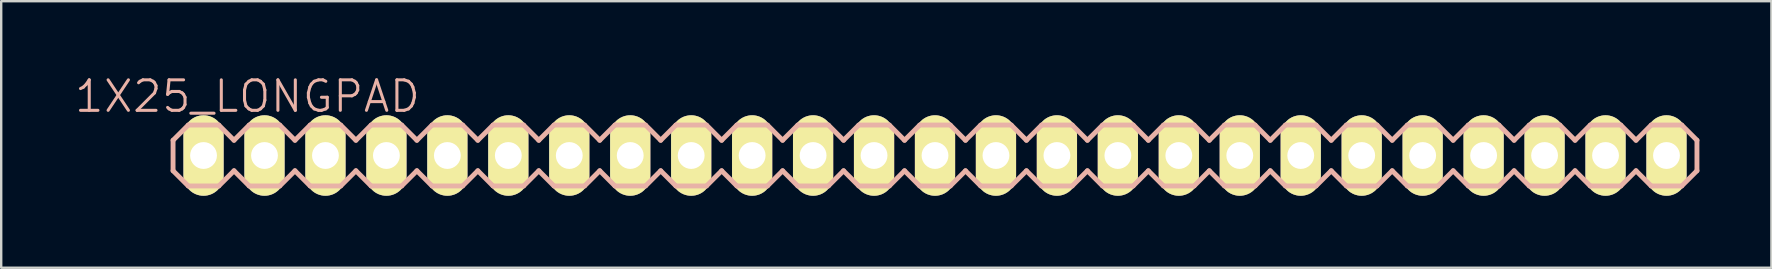
<source format=kicad_pcb>
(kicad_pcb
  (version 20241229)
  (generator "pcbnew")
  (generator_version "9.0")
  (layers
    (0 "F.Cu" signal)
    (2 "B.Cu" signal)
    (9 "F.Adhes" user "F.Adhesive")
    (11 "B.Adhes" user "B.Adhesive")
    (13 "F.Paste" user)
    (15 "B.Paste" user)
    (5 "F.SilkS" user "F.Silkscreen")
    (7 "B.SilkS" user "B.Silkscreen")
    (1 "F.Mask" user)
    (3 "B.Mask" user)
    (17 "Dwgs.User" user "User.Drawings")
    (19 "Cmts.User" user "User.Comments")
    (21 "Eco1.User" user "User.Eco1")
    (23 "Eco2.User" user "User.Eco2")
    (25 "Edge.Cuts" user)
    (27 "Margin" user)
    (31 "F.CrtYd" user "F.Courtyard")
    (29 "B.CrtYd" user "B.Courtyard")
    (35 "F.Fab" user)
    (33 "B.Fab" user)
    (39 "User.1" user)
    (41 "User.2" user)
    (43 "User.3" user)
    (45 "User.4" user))
  (footprint "1X25_LONGPAD"
    (layer "F.Cu")
    (at 5.431 3.43)
    (property "Reference" "1X25_LONGPAD" (at 1.829 -2.464 0) (layer "B.SilkS") (effects (font (size 1.27 1.27) (thickness 0.127))))
    (attr exclude_from_pos_files exclude_from_bom)
    (fp_line (start -0.254 -0.254) (end 0.254 -0.254) (stroke (width 0.066) (type solid)) (layer "F.SilkS"))
    (fp_line (start -0.254 0.254) (end -0.254 -0.254) (stroke (width 0.066) (type solid)) (layer "F.SilkS"))
    (fp_line (start -0.254 0.254) (end 0.254 0.254) (stroke (width 0.066) (type solid)) (layer "F.SilkS"))
    (fp_line (start 0.254 0.254) (end 0.254 -0.254) (stroke (width 0.066) (type solid)) (layer "F.SilkS"))
    (fp_line (start 2.286 -0.254) (end 2.794 -0.254) (stroke (width 0.066) (type solid)) (layer "F.SilkS"))
    (fp_line (start 2.286 0.254) (end 2.286 -0.254) (stroke (width 0.066) (type solid)) (layer "F.SilkS"))
    (fp_line (start 2.286 0.254) (end 2.794 0.254) (stroke (width 0.066) (type solid)) (layer "F.SilkS"))
    (fp_line (start 2.794 0.254) (end 2.794 -0.254) (stroke (width 0.066) (type solid)) (layer "F.SilkS"))
    (fp_line (start 4.826 -0.254) (end 5.334 -0.254) (stroke (width 0.066) (type solid)) (layer "F.SilkS"))
    (fp_line (start 4.826 0.254) (end 4.826 -0.254) (stroke (width 0.066) (type solid)) (layer "F.SilkS"))
    (fp_line (start 4.826 0.254) (end 5.334 0.254) (stroke (width 0.066) (type solid)) (layer "F.SilkS"))
    (fp_line (start 5.334 0.254) (end 5.334 -0.254) (stroke (width 0.066) (type solid)) (layer "F.SilkS"))
    (fp_line (start 7.366 -0.254) (end 7.874 -0.254) (stroke (width 0.066) (type solid)) (layer "F.SilkS"))
    (fp_line (start 7.366 0.254) (end 7.366 -0.254) (stroke (width 0.066) (type solid)) (layer "F.SilkS"))
    (fp_line (start 7.366 0.254) (end 7.874 0.254) (stroke (width 0.066) (type solid)) (layer "F.SilkS"))
    (fp_line (start 7.874 0.254) (end 7.874 -0.254) (stroke (width 0.066) (type solid)) (layer "F.SilkS"))
    (fp_line (start 9.906 -0.254) (end 10.414 -0.254) (stroke (width 0.066) (type solid)) (layer "F.SilkS"))
    (fp_line (start 9.906 0.254) (end 9.906 -0.254) (stroke (width 0.066) (type solid)) (layer "F.SilkS"))
    (fp_line (start 9.906 0.254) (end 10.414 0.254) (stroke (width 0.066) (type solid)) (layer "F.SilkS"))
    (fp_line (start 10.414 0.254) (end 10.414 -0.254) (stroke (width 0.066) (type solid)) (layer "F.SilkS"))
    (fp_line (start 12.446 -0.254) (end 12.954 -0.254) (stroke (width 0.066) (type solid)) (layer "F.SilkS"))
    (fp_line (start 12.446 0.254) (end 12.446 -0.254) (stroke (width 0.066) (type solid)) (layer "F.SilkS"))
    (fp_line (start 12.446 0.254) (end 12.954 0.254) (stroke (width 0.066) (type solid)) (layer "F.SilkS"))
    (fp_line (start 12.954 0.254) (end 12.954 -0.254) (stroke (width 0.066) (type solid)) (layer "F.SilkS"))
    (fp_line (start 14.986 -0.254) (end 15.494 -0.254) (stroke (width 0.066) (type solid)) (layer "F.SilkS"))
    (fp_line (start 14.986 0.254) (end 14.986 -0.254) (stroke (width 0.066) (type solid)) (layer "F.SilkS"))
    (fp_line (start 14.986 0.254) (end 15.494 0.254) (stroke (width 0.066) (type solid)) (layer "F.SilkS"))
    (fp_line (start 15.494 0.254) (end 15.494 -0.254) (stroke (width 0.066) (type solid)) (layer "F.SilkS"))
    (fp_line (start 17.523 -0.254) (end 18.034 -0.254) (stroke (width 0.066) (type solid)) (layer "F.SilkS"))
    (fp_line (start 17.523 0.254) (end 17.523 -0.254) (stroke (width 0.066) (type solid)) (layer "F.SilkS"))
    (fp_line (start 17.523 0.254) (end 18.034 0.254) (stroke (width 0.066) (type solid)) (layer "F.SilkS"))
    (fp_line (start 18.034 0.254) (end 18.034 -0.254) (stroke (width 0.066) (type solid)) (layer "F.SilkS"))
    (fp_line (start 20.066 -0.254) (end 20.574 -0.254) (stroke (width 0.066) (type solid)) (layer "F.SilkS"))
    (fp_line (start 20.066 0.254) (end 20.066 -0.254) (stroke (width 0.066) (type solid)) (layer "F.SilkS"))
    (fp_line (start 20.066 0.254) (end 20.574 0.254) (stroke (width 0.066) (type solid)) (layer "F.SilkS"))
    (fp_line (start 20.574 0.254) (end 20.574 -0.254) (stroke (width 0.066) (type solid)) (layer "F.SilkS"))
    (fp_line (start 22.606 -0.254) (end 23.114 -0.254) (stroke (width 0.066) (type solid)) (layer "F.SilkS"))
    (fp_line (start 22.606 0.254) (end 22.606 -0.254) (stroke (width 0.066) (type solid)) (layer "F.SilkS"))
    (fp_line (start 22.606 0.254) (end 23.114 0.254) (stroke (width 0.066) (type solid)) (layer "F.SilkS"))
    (fp_line (start 23.114 0.254) (end 23.114 -0.254) (stroke (width 0.066) (type solid)) (layer "F.SilkS"))
    (fp_line (start 25.146 -0.254) (end 25.654 -0.254) (stroke (width 0.066) (type solid)) (layer "F.SilkS"))
    (fp_line (start 25.146 0.254) (end 25.146 -0.254) (stroke (width 0.066) (type solid)) (layer "F.SilkS"))
    (fp_line (start 25.146 0.254) (end 25.654 0.254) (stroke (width 0.066) (type solid)) (layer "F.SilkS"))
    (fp_line (start 25.654 0.254) (end 25.654 -0.254) (stroke (width 0.066) (type solid)) (layer "F.SilkS"))
    (fp_line (start 27.686 -0.254) (end 28.194 -0.254) (stroke (width 0.066) (type solid)) (layer "F.SilkS"))
    (fp_line (start 27.686 0.254) (end 27.686 -0.254) (stroke (width 0.066) (type solid)) (layer "F.SilkS"))
    (fp_line (start 27.686 0.254) (end 28.194 0.254) (stroke (width 0.066) (type solid)) (layer "F.SilkS"))
    (fp_line (start 28.194 0.254) (end 28.194 -0.254) (stroke (width 0.066) (type solid)) (layer "F.SilkS"))
    (fp_line (start 30.226 -0.254) (end 30.734 -0.254) (stroke (width 0.066) (type solid)) (layer "F.SilkS"))
    (fp_line (start 30.226 0.254) (end 30.226 -0.254) (stroke (width 0.066) (type solid)) (layer "F.SilkS"))
    (fp_line (start 30.226 0.254) (end 30.734 0.254) (stroke (width 0.066) (type solid)) (layer "F.SilkS"))
    (fp_line (start 30.734 0.254) (end 30.734 -0.254) (stroke (width 0.066) (type solid)) (layer "F.SilkS"))
    (fp_line (start 32.766 -0.254) (end 33.274 -0.254) (stroke (width 0.066) (type solid)) (layer "F.SilkS"))
    (fp_line (start 32.766 0.254) (end 32.766 -0.254) (stroke (width 0.066) (type solid)) (layer "F.SilkS"))
    (fp_line (start 32.766 0.254) (end 33.274 0.254) (stroke (width 0.066) (type solid)) (layer "F.SilkS"))
    (fp_line (start 33.274 0.254) (end 33.274 -0.254) (stroke (width 0.066) (type solid)) (layer "F.SilkS"))
    (fp_line (start 35.303 -0.254) (end 35.814 -0.254) (stroke (width 0.066) (type solid)) (layer "F.SilkS"))
    (fp_line (start 35.303 0.254) (end 35.303 -0.254) (stroke (width 0.066) (type solid)) (layer "F.SilkS"))
    (fp_line (start 35.303 0.254) (end 35.814 0.254) (stroke (width 0.066) (type solid)) (layer "F.SilkS"))
    (fp_line (start 35.814 0.254) (end 35.814 -0.254) (stroke (width 0.066) (type solid)) (layer "F.SilkS"))
    (fp_line (start 37.846 -0.254) (end 38.354 -0.254) (stroke (width 0.066) (type solid)) (layer "F.SilkS"))
    (fp_line (start 37.846 0.254) (end 37.846 -0.254) (stroke (width 0.066) (type solid)) (layer "F.SilkS"))
    (fp_line (start 37.846 0.254) (end 38.354 0.254) (stroke (width 0.066) (type solid)) (layer "F.SilkS"))
    (fp_line (start 38.354 0.254) (end 38.354 -0.254) (stroke (width 0.066) (type solid)) (layer "F.SilkS"))
    (fp_line (start 40.386 -0.254) (end 40.894 -0.254) (stroke (width 0.066) (type solid)) (layer "F.SilkS"))
    (fp_line (start 40.386 0.254) (end 40.386 -0.254) (stroke (width 0.066) (type solid)) (layer "F.SilkS"))
    (fp_line (start 40.386 0.254) (end 40.894 0.254) (stroke (width 0.066) (type solid)) (layer "F.SilkS"))
    (fp_line (start 40.894 0.254) (end 40.894 -0.254) (stroke (width 0.066) (type solid)) (layer "F.SilkS"))
    (fp_line (start 42.926 -0.254) (end 43.434 -0.254) (stroke (width 0.066) (type solid)) (layer "F.SilkS"))
    (fp_line (start 42.926 0.254) (end 42.926 -0.254) (stroke (width 0.066) (type solid)) (layer "F.SilkS"))
    (fp_line (start 42.926 0.254) (end 43.434 0.254) (stroke (width 0.066) (type solid)) (layer "F.SilkS"))
    (fp_line (start 43.434 0.254) (end 43.434 -0.254) (stroke (width 0.066) (type solid)) (layer "F.SilkS"))
    (fp_line (start 45.466 -0.254) (end 45.974 -0.254) (stroke (width 0.066) (type solid)) (layer "F.SilkS"))
    (fp_line (start 45.466 0.254) (end 45.466 -0.254) (stroke (width 0.066) (type solid)) (layer "F.SilkS"))
    (fp_line (start 45.466 0.254) (end 45.974 0.254) (stroke (width 0.066) (type solid)) (layer "F.SilkS"))
    (fp_line (start 45.974 0.254) (end 45.974 -0.254) (stroke (width 0.066) (type solid)) (layer "F.SilkS"))
    (fp_line (start 48.006 -0.254) (end 48.514 -0.254) (stroke (width 0.066) (type solid)) (layer "F.SilkS"))
    (fp_line (start 48.006 0.254) (end 48.006 -0.254) (stroke (width 0.066) (type solid)) (layer "F.SilkS"))
    (fp_line (start 48.006 0.254) (end 48.514 0.254) (stroke (width 0.066) (type solid)) (layer "F.SilkS"))
    (fp_line (start 48.514 0.254) (end 48.514 -0.254) (stroke (width 0.066) (type solid)) (layer "F.SilkS"))
    (fp_line (start 50.546 -0.254) (end 51.051 -0.254) (stroke (width 0.066) (type solid)) (layer "F.SilkS"))
    (fp_line (start 50.546 0.254) (end 50.546 -0.254) (stroke (width 0.066) (type solid)) (layer "F.SilkS"))
    (fp_line (start 50.546 0.254) (end 51.051 0.254) (stroke (width 0.066) (type solid)) (layer "F.SilkS"))
    (fp_line (start 51.051 0.254) (end 51.051 -0.254) (stroke (width 0.066) (type solid)) (layer "F.SilkS"))
    (fp_line (start 53.086 -0.254) (end 53.594 -0.254) (stroke (width 0.066) (type solid)) (layer "F.SilkS"))
    (fp_line (start 53.086 0.254) (end 53.086 -0.254) (stroke (width 0.066) (type solid)) (layer "F.SilkS"))
    (fp_line (start 53.086 0.254) (end 53.594 0.254) (stroke (width 0.066) (type solid)) (layer "F.SilkS"))
    (fp_line (start 53.594 0.254) (end 53.594 -0.254) (stroke (width 0.066) (type solid)) (layer "F.SilkS"))
    (fp_line (start 55.626 -0.254) (end 56.134 -0.254) (stroke (width 0.066) (type solid)) (layer "F.SilkS"))
    (fp_line (start 55.626 0.254) (end 55.626 -0.254) (stroke (width 0.066) (type solid)) (layer "F.SilkS"))
    (fp_line (start 55.626 0.254) (end 56.134 0.254) (stroke (width 0.066) (type solid)) (layer "F.SilkS"))
    (fp_line (start 56.134 0.254) (end 56.134 -0.254) (stroke (width 0.066) (type solid)) (layer "F.SilkS"))
    (fp_line (start 58.166 -0.254) (end 58.674 -0.254) (stroke (width 0.066) (type solid)) (layer "F.SilkS"))
    (fp_line (start 58.166 0.254) (end 58.166 -0.254) (stroke (width 0.066) (type solid)) (layer "F.SilkS"))
    (fp_line (start 58.166 0.254) (end 58.674 0.254) (stroke (width 0.066) (type solid)) (layer "F.SilkS"))
    (fp_line (start 58.674 0.254) (end 58.674 -0.254) (stroke (width 0.066) (type solid)) (layer "F.SilkS"))
    (fp_line (start 60.706 -0.254) (end 61.214 -0.254) (stroke (width 0.066) (type solid)) (layer "F.SilkS"))
    (fp_line (start 60.706 0.254) (end 60.706 -0.254) (stroke (width 0.066) (type solid)) (layer "F.SilkS"))
    (fp_line (start 60.706 0.254) (end 61.214 0.254) (stroke (width 0.066) (type solid)) (layer "F.SilkS"))
    (fp_line (start 61.214 0.254) (end 61.214 -0.254) (stroke (width 0.066) (type solid)) (layer "F.SilkS"))
    (fp_line (start -1.27 -0.635) (end -1.27 0.635) (stroke (width 0.203) (type solid)) (layer "B.SilkS"))
    (fp_line (start -1.27 0.635) (end -0.635 1.27) (stroke (width 0.203) (type solid)) (layer "B.SilkS"))
    (fp_line (start -0.635 -1.27) (end -1.27 -0.635) (stroke (width 0.203) (type solid)) (layer "B.SilkS"))
    (fp_line (start -0.635 -1.27) (end 0.635 -1.27) (stroke (width 0.203) (type solid)) (layer "B.SilkS"))
    (fp_line (start 0.635 -1.27) (end 1.27 -0.635) (stroke (width 0.203) (type solid)) (layer "B.SilkS"))
    (fp_line (start 0.635 1.27) (end -0.635 1.27) (stroke (width 0.203) (type solid)) (layer "B.SilkS"))
    (fp_line (start 1.27 -0.635) (end 1.905 -1.27) (stroke (width 0.203) (type solid)) (layer "B.SilkS"))
    (fp_line (start 1.27 0.635) (end 0.635 1.27) (stroke (width 0.203) (type solid)) (layer "B.SilkS"))
    (fp_line (start 1.905 -1.27) (end 3.175 -1.27) (stroke (width 0.203) (type solid)) (layer "B.SilkS"))
    (fp_line (start 1.905 1.27) (end 1.27 0.635) (stroke (width 0.203) (type solid)) (layer "B.SilkS"))
    (fp_line (start 3.175 -1.27) (end 3.81 -0.635) (stroke (width 0.203) (type solid)) (layer "B.SilkS"))
    (fp_line (start 3.175 1.27) (end 1.905 1.27) (stroke (width 0.203) (type solid)) (layer "B.SilkS"))
    (fp_line (start 3.81 -0.635) (end 4.445 -1.27) (stroke (width 0.203) (type solid)) (layer "B.SilkS"))
    (fp_line (start 3.81 0.635) (end 3.175 1.27) (stroke (width 0.203) (type solid)) (layer "B.SilkS"))
    (fp_line (start 4.445 -1.27) (end 5.715 -1.27) (stroke (width 0.203) (type solid)) (layer "B.SilkS"))
    (fp_line (start 4.445 1.27) (end 3.81 0.635) (stroke (width 0.203) (type solid)) (layer "B.SilkS"))
    (fp_line (start 5.715 -1.27) (end 6.35 -0.635) (stroke (width 0.203) (type solid)) (layer "B.SilkS"))
    (fp_line (start 5.715 1.27) (end 4.445 1.27) (stroke (width 0.203) (type solid)) (layer "B.SilkS"))
    (fp_line (start 6.35 0.635) (end 5.715 1.27) (stroke (width 0.203) (type solid)) (layer "B.SilkS"))
    (fp_line (start 6.35 0.635) (end 6.985 1.27) (stroke (width 0.203) (type solid)) (layer "B.SilkS"))
    (fp_line (start 6.985 -1.27) (end 6.35 -0.635) (stroke (width 0.203) (type solid)) (layer "B.SilkS"))
    (fp_line (start 6.985 -1.27) (end 8.255 -1.27) (stroke (width 0.203) (type solid)) (layer "B.SilkS"))
    (fp_line (start 8.255 -1.27) (end 8.89 -0.635) (stroke (width 0.203) (type solid)) (layer "B.SilkS"))
    (fp_line (start 8.255 1.27) (end 6.985 1.27) (stroke (width 0.203) (type solid)) (layer "B.SilkS"))
    (fp_line (start 8.89 -0.635) (end 9.525 -1.27) (stroke (width 0.203) (type solid)) (layer "B.SilkS"))
    (fp_line (start 8.89 0.635) (end 8.255 1.27) (stroke (width 0.203) (type solid)) (layer "B.SilkS"))
    (fp_line (start 9.525 -1.27) (end 10.795 -1.27) (stroke (width 0.203) (type solid)) (layer "B.SilkS"))
    (fp_line (start 9.525 1.27) (end 8.89 0.635) (stroke (width 0.203) (type solid)) (layer "B.SilkS"))
    (fp_line (start 10.795 -1.27) (end 11.43 -0.635) (stroke (width 0.203) (type solid)) (layer "B.SilkS"))
    (fp_line (start 10.795 1.27) (end 9.525 1.27) (stroke (width 0.203) (type solid)) (layer "B.SilkS"))
    (fp_line (start 11.43 -0.635) (end 12.065 -1.27) (stroke (width 0.203) (type solid)) (layer "B.SilkS"))
    (fp_line (start 11.43 0.635) (end 10.795 1.27) (stroke (width 0.203) (type solid)) (layer "B.SilkS"))
    (fp_line (start 12.065 -1.27) (end 13.335 -1.27) (stroke (width 0.203) (type solid)) (layer "B.SilkS"))
    (fp_line (start 12.065 1.27) (end 11.43 0.635) (stroke (width 0.203) (type solid)) (layer "B.SilkS"))
    (fp_line (start 13.335 -1.27) (end 13.97 -0.635) (stroke (width 0.203) (type solid)) (layer "B.SilkS"))
    (fp_line (start 13.335 1.27) (end 12.065 1.27) (stroke (width 0.203) (type solid)) (layer "B.SilkS"))
    (fp_line (start 13.97 0.635) (end 13.335 1.27) (stroke (width 0.203) (type solid)) (layer "B.SilkS"))
    (fp_line (start 13.97 0.635) (end 14.605 1.27) (stroke (width 0.203) (type solid)) (layer "B.SilkS"))
    (fp_line (start 14.605 -1.27) (end 13.97 -0.635) (stroke (width 0.203) (type solid)) (layer "B.SilkS"))
    (fp_line (start 14.605 -1.27) (end 15.875 -1.27) (stroke (width 0.203) (type solid)) (layer "B.SilkS"))
    (fp_line (start 15.875 -1.27) (end 16.51 -0.635) (stroke (width 0.203) (type solid)) (layer "B.SilkS"))
    (fp_line (start 15.875 1.27) (end 14.605 1.27) (stroke (width 0.203) (type solid)) (layer "B.SilkS"))
    (fp_line (start 16.51 0.635) (end 15.875 1.27) (stroke (width 0.203) (type solid)) (layer "B.SilkS"))
    (fp_line (start 16.51 0.635) (end 17.145 1.27) (stroke (width 0.203) (type solid)) (layer "B.SilkS"))
    (fp_line (start 17.145 -1.27) (end 16.51 -0.635) (stroke (width 0.203) (type solid)) (layer "B.SilkS"))
    (fp_line (start 17.145 -1.27) (end 18.415 -1.27) (stroke (width 0.203) (type solid)) (layer "B.SilkS"))
    (fp_line (start 18.415 -1.27) (end 19.05 -0.635) (stroke (width 0.203) (type solid)) (layer "B.SilkS"))
    (fp_line (start 18.415 1.27) (end 17.145 1.27) (stroke (width 0.203) (type solid)) (layer "B.SilkS"))
    (fp_line (start 19.05 -0.635) (end 19.685 -1.27) (stroke (width 0.203) (type solid)) (layer "B.SilkS"))
    (fp_line (start 19.05 0.635) (end 18.415 1.27) (stroke (width 0.203) (type solid)) (layer "B.SilkS"))
    (fp_line (start 19.685 -1.27) (end 20.955 -1.27) (stroke (width 0.203) (type solid)) (layer "B.SilkS"))
    (fp_line (start 19.685 1.27) (end 19.05 0.635) (stroke (width 0.203) (type solid)) (layer "B.SilkS"))
    (fp_line (start 20.955 -1.27) (end 21.59 -0.635) (stroke (width 0.203) (type solid)) (layer "B.SilkS"))
    (fp_line (start 20.955 1.27) (end 19.685 1.27) (stroke (width 0.203) (type solid)) (layer "B.SilkS"))
    (fp_line (start 21.59 -0.635) (end 22.225 -1.27) (stroke (width 0.203) (type solid)) (layer "B.SilkS"))
    (fp_line (start 21.59 0.635) (end 20.955 1.27) (stroke (width 0.203) (type solid)) (layer "B.SilkS"))
    (fp_line (start 22.225 -1.27) (end 23.495 -1.27) (stroke (width 0.203) (type solid)) (layer "B.SilkS"))
    (fp_line (start 22.225 1.27) (end 21.59 0.635) (stroke (width 0.203) (type solid)) (layer "B.SilkS"))
    (fp_line (start 23.495 -1.27) (end 24.13 -0.635) (stroke (width 0.203) (type solid)) (layer "B.SilkS"))
    (fp_line (start 23.495 1.27) (end 22.225 1.27) (stroke (width 0.203) (type solid)) (layer "B.SilkS"))
    (fp_line (start 24.13 0.635) (end 23.495 1.27) (stroke (width 0.203) (type solid)) (layer "B.SilkS"))
    (fp_line (start 24.13 0.635) (end 24.765 1.27) (stroke (width 0.203) (type solid)) (layer "B.SilkS"))
    (fp_line (start 24.765 -1.27) (end 24.13 -0.635) (stroke (width 0.203) (type solid)) (layer "B.SilkS"))
    (fp_line (start 24.765 -1.27) (end 26.035 -1.27) (stroke (width 0.203) (type solid)) (layer "B.SilkS"))
    (fp_line (start 26.035 -1.27) (end 26.67 -0.635) (stroke (width 0.203) (type solid)) (layer "B.SilkS"))
    (fp_line (start 26.035 1.27) (end 24.765 1.27) (stroke (width 0.203) (type solid)) (layer "B.SilkS"))
    (fp_line (start 26.67 -0.635) (end 27.305 -1.27) (stroke (width 0.203) (type solid)) (layer "B.SilkS"))
    (fp_line (start 26.67 0.635) (end 26.035 1.27) (stroke (width 0.203) (type solid)) (layer "B.SilkS"))
    (fp_line (start 27.305 -1.27) (end 28.575 -1.27) (stroke (width 0.203) (type solid)) (layer "B.SilkS"))
    (fp_line (start 27.305 1.27) (end 26.67 0.635) (stroke (width 0.203) (type solid)) (layer "B.SilkS"))
    (fp_line (start 28.575 -1.27) (end 29.21 -0.635) (stroke (width 0.203) (type solid)) (layer "B.SilkS"))
    (fp_line (start 28.575 1.27) (end 27.305 1.27) (stroke (width 0.203) (type solid)) (layer "B.SilkS"))
    (fp_line (start 29.21 -0.635) (end 29.845 -1.27) (stroke (width 0.203) (type solid)) (layer "B.SilkS"))
    (fp_line (start 29.21 0.635) (end 28.575 1.27) (stroke (width 0.203) (type solid)) (layer "B.SilkS"))
    (fp_line (start 29.845 -1.27) (end 31.115 -1.27) (stroke (width 0.203) (type solid)) (layer "B.SilkS"))
    (fp_line (start 29.845 1.27) (end 29.21 0.635) (stroke (width 0.203) (type solid)) (layer "B.SilkS"))
    (fp_line (start 31.115 -1.27) (end 31.75 -0.635) (stroke (width 0.203) (type solid)) (layer "B.SilkS"))
    (fp_line (start 31.115 1.27) (end 29.845 1.27) (stroke (width 0.203) (type solid)) (layer "B.SilkS"))
    (fp_line (start 31.75 0.635) (end 31.115 1.27) (stroke (width 0.203) (type solid)) (layer "B.SilkS"))
    (fp_line (start 31.75 0.635) (end 32.385 1.27) (stroke (width 0.203) (type solid)) (layer "B.SilkS"))
    (fp_line (start 32.385 -1.27) (end 31.75 -0.635) (stroke (width 0.203) (type solid)) (layer "B.SilkS"))
    (fp_line (start 32.385 -1.27) (end 33.655 -1.27) (stroke (width 0.203) (type solid)) (layer "B.SilkS"))
    (fp_line (start 33.655 -1.27) (end 34.29 -0.635) (stroke (width 0.203) (type solid)) (layer "B.SilkS"))
    (fp_line (start 33.655 1.27) (end 32.385 1.27) (stroke (width 0.203) (type solid)) (layer "B.SilkS"))
    (fp_line (start 34.29 0.635) (end 33.655 1.27) (stroke (width 0.203) (type solid)) (layer "B.SilkS"))
    (fp_line (start 34.29 0.635) (end 34.925 1.27) (stroke (width 0.203) (type solid)) (layer "B.SilkS"))
    (fp_line (start 34.925 -1.27) (end 34.29 -0.635) (stroke (width 0.203) (type solid)) (layer "B.SilkS"))
    (fp_line (start 34.925 -1.27) (end 36.195 -1.27) (stroke (width 0.203) (type solid)) (layer "B.SilkS"))
    (fp_line (start 36.195 -1.27) (end 36.83 -0.635) (stroke (width 0.203) (type solid)) (layer "B.SilkS"))
    (fp_line (start 36.195 1.27) (end 34.925 1.27) (stroke (width 0.203) (type solid)) (layer "B.SilkS"))
    (fp_line (start 36.83 0.635) (end 36.195 1.27) (stroke (width 0.203) (type solid)) (layer "B.SilkS"))
    (fp_line (start 36.83 0.635) (end 37.465 1.27) (stroke (width 0.203) (type solid)) (layer "B.SilkS"))
    (fp_line (start 37.465 -1.27) (end 36.83 -0.635) (stroke (width 0.203) (type solid)) (layer "B.SilkS"))
    (fp_line (start 37.465 -1.27) (end 38.735 -1.27) (stroke (width 0.203) (type solid)) (layer "B.SilkS"))
    (fp_line (start 38.735 -1.27) (end 39.37 -0.635) (stroke (width 0.203) (type solid)) (layer "B.SilkS"))
    (fp_line (start 38.735 1.27) (end 37.465 1.27) (stroke (width 0.203) (type solid)) (layer "B.SilkS"))
    (fp_line (start 39.37 0.635) (end 38.735 1.27) (stroke (width 0.203) (type solid)) (layer "B.SilkS"))
    (fp_line (start 39.37 0.635) (end 40.005 1.27) (stroke (width 0.203) (type solid)) (layer "B.SilkS"))
    (fp_line (start 40.005 -1.27) (end 39.37 -0.635) (stroke (width 0.203) (type solid)) (layer "B.SilkS"))
    (fp_line (start 40.005 -1.27) (end 41.275 -1.27) (stroke (width 0.203) (type solid)) (layer "B.SilkS"))
    (fp_line (start 41.275 -1.27) (end 41.91 -0.635) (stroke (width 0.203) (type solid)) (layer "B.SilkS"))
    (fp_line (start 41.275 1.27) (end 40.005 1.27) (stroke (width 0.203) (type solid)) (layer "B.SilkS"))
    (fp_line (start 41.91 0.635) (end 41.275 1.27) (stroke (width 0.203) (type solid)) (layer "B.SilkS"))
    (fp_line (start 41.91 0.635) (end 42.545 1.27) (stroke (width 0.203) (type solid)) (layer "B.SilkS"))
    (fp_line (start 42.545 -1.27) (end 41.91 -0.635) (stroke (width 0.203) (type solid)) (layer "B.SilkS"))
    (fp_line (start 42.545 -1.27) (end 43.815 -1.27) (stroke (width 0.203) (type solid)) (layer "B.SilkS"))
    (fp_line (start 43.815 -1.27) (end 44.45 -0.635) (stroke (width 0.203) (type solid)) (layer "B.SilkS"))
    (fp_line (start 43.815 1.27) (end 42.545 1.27) (stroke (width 0.203) (type solid)) (layer "B.SilkS"))
    (fp_line (start 44.45 0.635) (end 43.815 1.27) (stroke (width 0.203) (type solid)) (layer "B.SilkS"))
    (fp_line (start 44.45 0.635) (end 45.085 1.27) (stroke (width 0.203) (type solid)) (layer "B.SilkS"))
    (fp_line (start 45.085 -1.27) (end 44.45 -0.635) (stroke (width 0.203) (type solid)) (layer "B.SilkS"))
    (fp_line (start 45.085 -1.27) (end 46.355 -1.27) (stroke (width 0.203) (type solid)) (layer "B.SilkS"))
    (fp_line (start 46.355 -1.27) (end 46.99 -0.635) (stroke (width 0.203) (type solid)) (layer "B.SilkS"))
    (fp_line (start 46.355 1.27) (end 45.085 1.27) (stroke (width 0.203) (type solid)) (layer "B.SilkS"))
    (fp_line (start 46.99 0.635) (end 46.355 1.27) (stroke (width 0.203) (type solid)) (layer "B.SilkS"))
    (fp_line (start 46.99 0.635) (end 47.625 1.27) (stroke (width 0.203) (type solid)) (layer "B.SilkS"))
    (fp_line (start 47.625 -1.27) (end 46.99 -0.635) (stroke (width 0.203) (type solid)) (layer "B.SilkS"))
    (fp_line (start 47.625 -1.27) (end 48.895 -1.27) (stroke (width 0.203) (type solid)) (layer "B.SilkS"))
    (fp_line (start 48.895 -1.27) (end 49.53 -0.635) (stroke (width 0.203) (type solid)) (layer "B.SilkS"))
    (fp_line (start 48.895 1.27) (end 47.625 1.27) (stroke (width 0.203) (type solid)) (layer "B.SilkS"))
    (fp_line (start 49.53 0.635) (end 48.895 1.27) (stroke (width 0.203) (type solid)) (layer "B.SilkS"))
    (fp_line (start 49.53 0.635) (end 50.165 1.27) (stroke (width 0.203) (type solid)) (layer "B.SilkS"))
    (fp_line (start 50.165 -1.27) (end 49.53 -0.635) (stroke (width 0.203) (type solid)) (layer "B.SilkS"))
    (fp_line (start 50.165 -1.27) (end 51.435 -1.27) (stroke (width 0.203) (type solid)) (layer "B.SilkS"))
    (fp_line (start 51.435 -1.27) (end 52.07 -0.635) (stroke (width 0.203) (type solid)) (layer "B.SilkS"))
    (fp_line (start 51.435 1.27) (end 50.165 1.27) (stroke (width 0.203) (type solid)) (layer "B.SilkS"))
    (fp_line (start 52.07 0.635) (end 51.435 1.27) (stroke (width 0.203) (type solid)) (layer "B.SilkS"))
    (fp_line (start 52.07 0.635) (end 52.705 1.27) (stroke (width 0.203) (type solid)) (layer "B.SilkS"))
    (fp_line (start 52.705 -1.27) (end 52.07 -0.635) (stroke (width 0.203) (type solid)) (layer "B.SilkS"))
    (fp_line (start 52.705 -1.27) (end 53.975 -1.27) (stroke (width 0.203) (type solid)) (layer "B.SilkS"))
    (fp_line (start 53.975 -1.27) (end 54.61 -0.635) (stroke (width 0.203) (type solid)) (layer "B.SilkS"))
    (fp_line (start 53.975 1.27) (end 52.705 1.27) (stroke (width 0.203) (type solid)) (layer "B.SilkS"))
    (fp_line (start 54.61 0.635) (end 53.975 1.27) (stroke (width 0.203) (type solid)) (layer "B.SilkS"))
    (fp_line (start 54.61 0.635) (end 55.245 1.27) (stroke (width 0.203) (type solid)) (layer "B.SilkS"))
    (fp_line (start 55.245 -1.27) (end 54.61 -0.635) (stroke (width 0.203) (type solid)) (layer "B.SilkS"))
    (fp_line (start 55.245 -1.27) (end 56.515 -1.27) (stroke (width 0.203) (type solid)) (layer "B.SilkS"))
    (fp_line (start 56.515 -1.27) (end 57.15 -0.635) (stroke (width 0.203) (type solid)) (layer "B.SilkS"))
    (fp_line (start 56.515 1.27) (end 55.245 1.27) (stroke (width 0.203) (type solid)) (layer "B.SilkS"))
    (fp_line (start 57.15 0.635) (end 56.515 1.27) (stroke (width 0.203) (type solid)) (layer "B.SilkS"))
    (fp_line (start 57.15 0.635) (end 57.785 1.27) (stroke (width 0.203) (type solid)) (layer "B.SilkS"))
    (fp_line (start 57.785 -1.27) (end 57.15 -0.635) (stroke (width 0.203) (type solid)) (layer "B.SilkS"))
    (fp_line (start 57.785 -1.27) (end 59.055 -1.27) (stroke (width 0.203) (type solid)) (layer "B.SilkS"))
    (fp_line (start 59.055 -1.27) (end 59.69 -0.635) (stroke (width 0.203) (type solid)) (layer "B.SilkS"))
    (fp_line (start 59.055 1.27) (end 57.785 1.27) (stroke (width 0.203) (type solid)) (layer "B.SilkS"))
    (fp_line (start 59.69 0.635) (end 59.055 1.27) (stroke (width 0.203) (type solid)) (layer "B.SilkS"))
    (fp_line (start 59.69 0.635) (end 60.325 1.27) (stroke (width 0.203) (type solid)) (layer "B.SilkS"))
    (fp_line (start 60.325 -1.27) (end 59.69 -0.635) (stroke (width 0.203) (type solid)) (layer "B.SilkS"))
    (fp_line (start 60.325 -1.27) (end 61.595 -1.27) (stroke (width 0.203) (type solid)) (layer "B.SilkS"))
    (fp_line (start 61.595 -1.27) (end 62.23 -0.635) (stroke (width 0.203) (type solid)) (layer "B.SilkS"))
    (fp_line (start 61.595 1.27) (end 60.325 1.27) (stroke (width 0.203) (type solid)) (layer "B.SilkS"))
    (fp_line (start 62.23 -0.635) (end 62.23 0.635) (stroke (width 0.203) (type solid)) (layer "B.SilkS"))
    (fp_line (start 62.23 0.635) (end 61.595 1.27) (stroke (width 0.203) (type solid)) (layer "B.SilkS"))
    (pad "1" thru_hole oval (at 0 0 180) (size 1.676 3.353) (drill 1.118) (layers "*.Cu" "F.Mask" "F.SilkS" "F.Paste"))
    (pad "2" thru_hole oval (at 2.54 0 180) (size 1.676 3.353) (drill 1.118) (layers "*.Cu" "F.Mask" "F.SilkS" "F.Paste"))
    (pad "3" thru_hole oval (at 5.08 0 180) (size 1.676 3.353) (drill 1.118) (layers "*.Cu" "F.Mask" "F.SilkS" "F.Paste"))
    (pad "4" thru_hole oval (at 7.62 0 180) (size 1.676 3.353) (drill 1.118) (layers "*.Cu" "F.Mask" "F.SilkS" "F.Paste"))
    (pad "5" thru_hole oval (at 10.16 0 180) (size 1.676 3.353) (drill 1.118) (layers "*.Cu" "F.Mask" "F.SilkS" "F.Paste"))
    (pad "6" thru_hole oval (at 12.7 0 180) (size 1.676 3.353) (drill 1.118) (layers "*.Cu" "F.Mask" "F.SilkS" "F.Paste"))
    (pad "7" thru_hole oval (at 15.24 0 180) (size 1.676 3.353) (drill 1.118) (layers "*.Cu" "F.Mask" "F.SilkS" "F.Paste"))
    (pad "8" thru_hole oval (at 17.78 0 180) (size 1.676 3.353) (drill 1.118) (layers "*.Cu" "F.Mask" "F.SilkS" "F.Paste"))
    (pad "9" thru_hole oval (at 20.32 0 180) (size 1.676 3.353) (drill 1.118) (layers "*.Cu" "F.Mask" "F.SilkS" "F.Paste"))
    (pad "10" thru_hole oval (at 22.86 0 180) (size 1.676 3.353) (drill 1.118) (layers "*.Cu" "F.Mask" "F.SilkS" "F.Paste"))
    (pad "11" thru_hole oval (at 25.4 0 180) (size 1.676 3.353) (drill 1.118) (layers "*.Cu" "F.Mask" "F.SilkS" "F.Paste"))
    (pad "12" thru_hole oval (at 27.94 0 180) (size 1.676 3.353) (drill 1.118) (layers "*.Cu" "F.Mask" "F.SilkS" "F.Paste"))
    (pad "13" thru_hole oval (at 30.48 0 180) (size 1.676 3.353) (drill 1.118) (layers "*.Cu" "F.Mask" "F.SilkS" "F.Paste"))
    (pad "14" thru_hole oval (at 33.02 0 180) (size 1.676 3.353) (drill 1.118) (layers "*.Cu" "F.Mask" "F.SilkS" "F.Paste"))
    (pad "15" thru_hole oval (at 35.56 0 180) (size 1.676 3.353) (drill 1.118) (layers "*.Cu" "F.Mask" "F.SilkS" "F.Paste"))
    (pad "16" thru_hole oval (at 38.1 0 180) (size 1.676 3.353) (drill 1.118) (layers "*.Cu" "F.Mask" "F.SilkS" "F.Paste"))
    (pad "17" thru_hole oval (at 40.64 0 180) (size 1.676 3.353) (drill 1.118) (layers "*.Cu" "F.Mask" "F.SilkS" "F.Paste"))
    (pad "18" thru_hole oval (at 43.18 0 180) (size 1.676 3.353) (drill 1.118) (layers "*.Cu" "F.Mask" "F.SilkS" "F.Paste"))
    (pad "19" thru_hole oval (at 45.72 0 180) (size 1.676 3.353) (drill 1.118) (layers "*.Cu" "F.Mask" "F.SilkS" "F.Paste"))
    (pad "20" thru_hole oval (at 48.26 0 180) (size 1.676 3.353) (drill 1.118) (layers "*.Cu" "F.Mask" "F.SilkS" "F.Paste"))
    (pad "21" thru_hole oval (at 50.8 0 180) (size 1.676 3.353) (drill 1.118) (layers "*.Cu" "F.Mask" "F.SilkS" "F.Paste"))
    (pad "22" thru_hole oval (at 53.34 0 180) (size 1.676 3.353) (drill 1.118) (layers "*.Cu" "F.Mask" "F.SilkS" "F.Paste"))
    (pad "23" thru_hole oval (at 55.88 0 180) (size 1.676 3.353) (drill 1.118) (layers "*.Cu" "F.Mask" "F.SilkS" "F.Paste"))
    (pad "24" thru_hole oval (at 58.42 0 180) (size 1.676 3.353) (drill 1.118) (layers "*.Cu" "F.Mask" "F.SilkS" "F.Paste"))
    (pad "25" thru_hole oval (at 60.96 0 180) (size 1.676 3.353) (drill 1.118) (layers "*.Cu" "F.Mask" "F.SilkS" "F.Paste")))
  (gr_rect
    (start -3 -3)
    (end 70.763 8.106)
    (stroke (width 0.1) (type default))
    (fill no)
    (layer "Edge.Cuts")))
</source>
